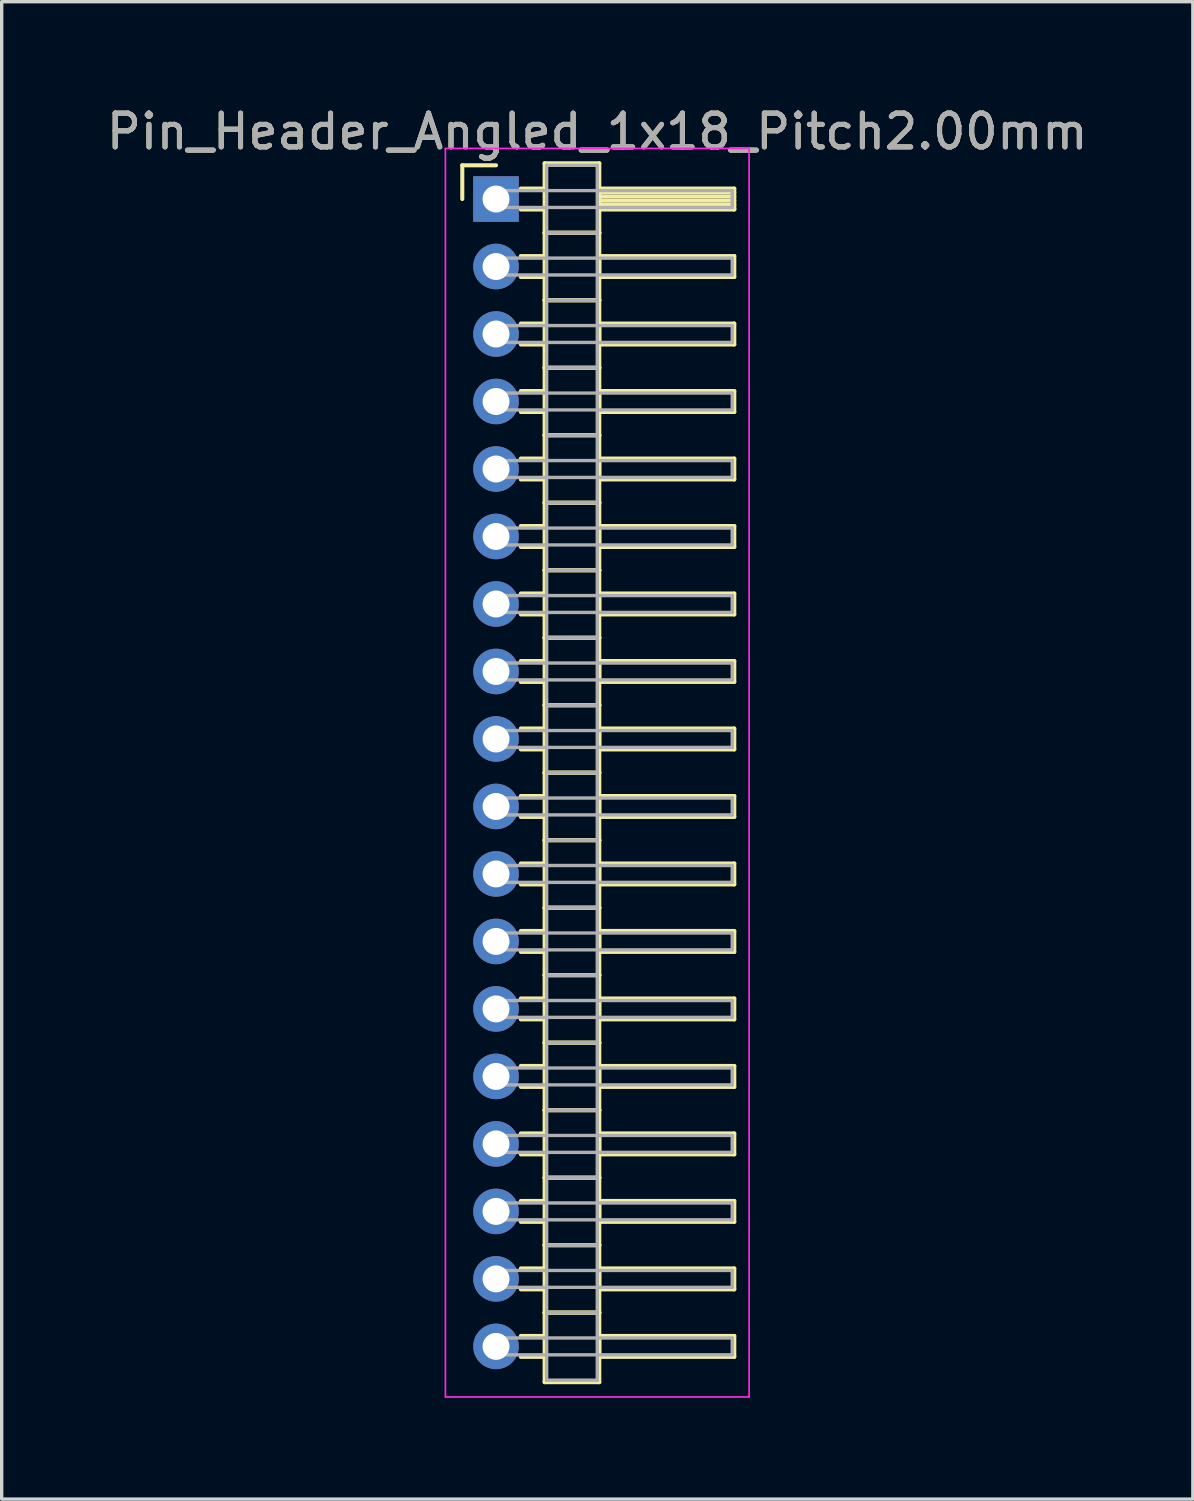
<source format=kicad_pcb>
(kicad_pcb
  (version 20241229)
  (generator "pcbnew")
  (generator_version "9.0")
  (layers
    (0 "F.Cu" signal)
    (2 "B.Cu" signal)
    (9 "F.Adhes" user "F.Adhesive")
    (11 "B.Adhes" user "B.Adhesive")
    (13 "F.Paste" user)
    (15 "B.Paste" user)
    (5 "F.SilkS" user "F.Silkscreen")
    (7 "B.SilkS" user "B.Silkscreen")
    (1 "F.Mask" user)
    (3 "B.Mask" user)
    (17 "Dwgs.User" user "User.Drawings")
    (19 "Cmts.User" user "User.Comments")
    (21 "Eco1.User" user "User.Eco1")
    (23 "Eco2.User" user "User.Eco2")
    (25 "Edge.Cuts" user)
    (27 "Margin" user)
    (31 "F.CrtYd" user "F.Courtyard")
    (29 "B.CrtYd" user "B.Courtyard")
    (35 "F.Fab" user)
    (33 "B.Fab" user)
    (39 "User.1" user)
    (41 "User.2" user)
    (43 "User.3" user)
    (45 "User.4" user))
  (footprint "Pin_Header_Angled_1x18_Pitch2.00mm"
    (layer "F.Cu")
    (at 11.649 2.848)
    (property "Reference" "Pin_Header_Angled_1x18_Pitch2.00mm" (at 3 -2 0) (layer "F.SilkS") (effects (font (size 1 1) (thickness 0.15))))
    (attr through_hole)
    (fp_line (start -1 -1) (end 0 -1) (stroke (width 0.12) (type solid)) (layer "F.SilkS"))
    (fp_line (start -1 0) (end -1 -1) (stroke (width 0.12) (type solid)) (layer "F.SilkS"))
    (fp_line (start 0.735 -0.31) (end 1.44 -0.31) (stroke (width 0.12) (type solid)) (layer "F.SilkS"))
    (fp_line (start 0.735 0.31) (end 1.44 0.31) (stroke (width 0.12) (type solid)) (layer "F.SilkS"))
    (fp_line (start 0.735 1.69) (end 1.44 1.69) (stroke (width 0.12) (type solid)) (layer "F.SilkS"))
    (fp_line (start 0.735 2.31) (end 1.44 2.31) (stroke (width 0.12) (type solid)) (layer "F.SilkS"))
    (fp_line (start 0.735 3.69) (end 1.44 3.69) (stroke (width 0.12) (type solid)) (layer "F.SilkS"))
    (fp_line (start 0.735 4.31) (end 1.44 4.31) (stroke (width 0.12) (type solid)) (layer "F.SilkS"))
    (fp_line (start 0.735 5.69) (end 1.44 5.69) (stroke (width 0.12) (type solid)) (layer "F.SilkS"))
    (fp_line (start 0.735 6.31) (end 1.44 6.31) (stroke (width 0.12) (type solid)) (layer "F.SilkS"))
    (fp_line (start 0.735 7.69) (end 1.44 7.69) (stroke (width 0.12) (type solid)) (layer "F.SilkS"))
    (fp_line (start 0.735 8.31) (end 1.44 8.31) (stroke (width 0.12) (type solid)) (layer "F.SilkS"))
    (fp_line (start 0.735 9.69) (end 1.44 9.69) (stroke (width 0.12) (type solid)) (layer "F.SilkS"))
    (fp_line (start 0.735 10.31) (end 1.44 10.31) (stroke (width 0.12) (type solid)) (layer "F.SilkS"))
    (fp_line (start 0.735 11.69) (end 1.44 11.69) (stroke (width 0.12) (type solid)) (layer "F.SilkS"))
    (fp_line (start 0.735 12.31) (end 1.44 12.31) (stroke (width 0.12) (type solid)) (layer "F.SilkS"))
    (fp_line (start 0.735 13.69) (end 1.44 13.69) (stroke (width 0.12) (type solid)) (layer "F.SilkS"))
    (fp_line (start 0.735 14.31) (end 1.44 14.31) (stroke (width 0.12) (type solid)) (layer "F.SilkS"))
    (fp_line (start 0.735 15.69) (end 1.44 15.69) (stroke (width 0.12) (type solid)) (layer "F.SilkS"))
    (fp_line (start 0.735 16.31) (end 1.44 16.31) (stroke (width 0.12) (type solid)) (layer "F.SilkS"))
    (fp_line (start 0.735 17.69) (end 1.44 17.69) (stroke (width 0.12) (type solid)) (layer "F.SilkS"))
    (fp_line (start 0.735 18.31) (end 1.44 18.31) (stroke (width 0.12) (type solid)) (layer "F.SilkS"))
    (fp_line (start 0.735 19.69) (end 1.44 19.69) (stroke (width 0.12) (type solid)) (layer "F.SilkS"))
    (fp_line (start 0.735 20.31) (end 1.44 20.31) (stroke (width 0.12) (type solid)) (layer "F.SilkS"))
    (fp_line (start 0.735 21.69) (end 1.44 21.69) (stroke (width 0.12) (type solid)) (layer "F.SilkS"))
    (fp_line (start 0.735 22.31) (end 1.44 22.31) (stroke (width 0.12) (type solid)) (layer "F.SilkS"))
    (fp_line (start 0.735 23.69) (end 1.44 23.69) (stroke (width 0.12) (type solid)) (layer "F.SilkS"))
    (fp_line (start 0.735 24.31) (end 1.44 24.31) (stroke (width 0.12) (type solid)) (layer "F.SilkS"))
    (fp_line (start 0.735 25.69) (end 1.44 25.69) (stroke (width 0.12) (type solid)) (layer "F.SilkS"))
    (fp_line (start 0.735 26.31) (end 1.44 26.31) (stroke (width 0.12) (type solid)) (layer "F.SilkS"))
    (fp_line (start 0.735 27.69) (end 1.44 27.69) (stroke (width 0.12) (type solid)) (layer "F.SilkS"))
    (fp_line (start 0.735 28.31) (end 1.44 28.31) (stroke (width 0.12) (type solid)) (layer "F.SilkS"))
    (fp_line (start 0.735 29.69) (end 1.44 29.69) (stroke (width 0.12) (type solid)) (layer "F.SilkS"))
    (fp_line (start 0.735 30.31) (end 1.44 30.31) (stroke (width 0.12) (type solid)) (layer "F.SilkS"))
    (fp_line (start 0.735 31.69) (end 1.44 31.69) (stroke (width 0.12) (type solid)) (layer "F.SilkS"))
    (fp_line (start 0.735 32.31) (end 1.44 32.31) (stroke (width 0.12) (type solid)) (layer "F.SilkS"))
    (fp_line (start 0.735 33.69) (end 1.44 33.69) (stroke (width 0.12) (type solid)) (layer "F.SilkS"))
    (fp_line (start 0.735 34.31) (end 1.44 34.31) (stroke (width 0.12) (type solid)) (layer "F.SilkS"))
    (fp_line (start 1.44 -1.06) (end 1.44 1) (stroke (width 0.12) (type solid)) (layer "F.SilkS"))
    (fp_line (start 1.44 1) (end 1.44 3) (stroke (width 0.12) (type solid)) (layer "F.SilkS"))
    (fp_line (start 1.44 1) (end 3.06 1) (stroke (width 0.12) (type solid)) (layer "F.SilkS"))
    (fp_line (start 1.44 3) (end 1.44 5) (stroke (width 0.12) (type solid)) (layer "F.SilkS"))
    (fp_line (start 1.44 3) (end 3.06 3) (stroke (width 0.12) (type solid)) (layer "F.SilkS"))
    (fp_line (start 1.44 5) (end 1.44 7) (stroke (width 0.12) (type solid)) (layer "F.SilkS"))
    (fp_line (start 1.44 5) (end 3.06 5) (stroke (width 0.12) (type solid)) (layer "F.SilkS"))
    (fp_line (start 1.44 7) (end 1.44 9) (stroke (width 0.12) (type solid)) (layer "F.SilkS"))
    (fp_line (start 1.44 7) (end 3.06 7) (stroke (width 0.12) (type solid)) (layer "F.SilkS"))
    (fp_line (start 1.44 9) (end 1.44 11) (stroke (width 0.12) (type solid)) (layer "F.SilkS"))
    (fp_line (start 1.44 9) (end 3.06 9) (stroke (width 0.12) (type solid)) (layer "F.SilkS"))
    (fp_line (start 1.44 11) (end 1.44 13) (stroke (width 0.12) (type solid)) (layer "F.SilkS"))
    (fp_line (start 1.44 11) (end 3.06 11) (stroke (width 0.12) (type solid)) (layer "F.SilkS"))
    (fp_line (start 1.44 13) (end 1.44 15) (stroke (width 0.12) (type solid)) (layer "F.SilkS"))
    (fp_line (start 1.44 13) (end 3.06 13) (stroke (width 0.12) (type solid)) (layer "F.SilkS"))
    (fp_line (start 1.44 15) (end 1.44 17) (stroke (width 0.12) (type solid)) (layer "F.SilkS"))
    (fp_line (start 1.44 15) (end 3.06 15) (stroke (width 0.12) (type solid)) (layer "F.SilkS"))
    (fp_line (start 1.44 17) (end 1.44 19) (stroke (width 0.12) (type solid)) (layer "F.SilkS"))
    (fp_line (start 1.44 17) (end 3.06 17) (stroke (width 0.12) (type solid)) (layer "F.SilkS"))
    (fp_line (start 1.44 19) (end 1.44 21) (stroke (width 0.12) (type solid)) (layer "F.SilkS"))
    (fp_line (start 1.44 19) (end 3.06 19) (stroke (width 0.12) (type solid)) (layer "F.SilkS"))
    (fp_line (start 1.44 21) (end 1.44 23) (stroke (width 0.12) (type solid)) (layer "F.SilkS"))
    (fp_line (start 1.44 21) (end 3.06 21) (stroke (width 0.12) (type solid)) (layer "F.SilkS"))
    (fp_line (start 1.44 23) (end 1.44 25) (stroke (width 0.12) (type solid)) (layer "F.SilkS"))
    (fp_line (start 1.44 23) (end 3.06 23) (stroke (width 0.12) (type solid)) (layer "F.SilkS"))
    (fp_line (start 1.44 25) (end 1.44 27) (stroke (width 0.12) (type solid)) (layer "F.SilkS"))
    (fp_line (start 1.44 25) (end 3.06 25) (stroke (width 0.12) (type solid)) (layer "F.SilkS"))
    (fp_line (start 1.44 27) (end 1.44 29) (stroke (width 0.12) (type solid)) (layer "F.SilkS"))
    (fp_line (start 1.44 27) (end 3.06 27) (stroke (width 0.12) (type solid)) (layer "F.SilkS"))
    (fp_line (start 1.44 29) (end 1.44 31) (stroke (width 0.12) (type solid)) (layer "F.SilkS"))
    (fp_line (start 1.44 29) (end 3.06 29) (stroke (width 0.12) (type solid)) (layer "F.SilkS"))
    (fp_line (start 1.44 31) (end 1.44 33) (stroke (width 0.12) (type solid)) (layer "F.SilkS"))
    (fp_line (start 1.44 31) (end 3.06 31) (stroke (width 0.12) (type solid)) (layer "F.SilkS"))
    (fp_line (start 1.44 33) (end 1.44 35.06) (stroke (width 0.12) (type solid)) (layer "F.SilkS"))
    (fp_line (start 1.44 33) (end 3.06 33) (stroke (width 0.12) (type solid)) (layer "F.SilkS"))
    (fp_line (start 1.44 35.06) (end 3.06 35.06) (stroke (width 0.12) (type solid)) (layer "F.SilkS"))
    (fp_line (start 3.06 -1.06) (end 1.44 -1.06) (stroke (width 0.12) (type solid)) (layer "F.SilkS"))
    (fp_line (start 3.06 -0.31) (end 3.06 0.31) (stroke (width 0.12) (type solid)) (layer "F.SilkS"))
    (fp_line (start 3.06 -0.19) (end 7.06 -0.19) (stroke (width 0.12) (type solid)) (layer "F.SilkS"))
    (fp_line (start 3.06 -0.07) (end 7.06 -0.07) (stroke (width 0.12) (type solid)) (layer "F.SilkS"))
    (fp_line (start 3.06 0.05) (end 7.06 0.05) (stroke (width 0.12) (type solid)) (layer "F.SilkS"))
    (fp_line (start 3.06 0.17) (end 7.06 0.17) (stroke (width 0.12) (type solid)) (layer "F.SilkS"))
    (fp_line (start 3.06 0.29) (end 7.06 0.29) (stroke (width 0.12) (type solid)) (layer "F.SilkS"))
    (fp_line (start 3.06 0.31) (end 7.06 0.31) (stroke (width 0.12) (type solid)) (layer "F.SilkS"))
    (fp_line (start 3.06 1) (end 1.44 1) (stroke (width 0.12) (type solid)) (layer "F.SilkS"))
    (fp_line (start 3.06 1) (end 3.06 -1.06) (stroke (width 0.12) (type solid)) (layer "F.SilkS"))
    (fp_line (start 3.06 1.69) (end 3.06 2.31) (stroke (width 0.12) (type solid)) (layer "F.SilkS"))
    (fp_line (start 3.06 2.31) (end 7.06 2.31) (stroke (width 0.12) (type solid)) (layer "F.SilkS"))
    (fp_line (start 3.06 3) (end 1.44 3) (stroke (width 0.12) (type solid)) (layer "F.SilkS"))
    (fp_line (start 3.06 3) (end 3.06 1) (stroke (width 0.12) (type solid)) (layer "F.SilkS"))
    (fp_line (start 3.06 3.69) (end 3.06 4.31) (stroke (width 0.12) (type solid)) (layer "F.SilkS"))
    (fp_line (start 3.06 4.31) (end 7.06 4.31) (stroke (width 0.12) (type solid)) (layer "F.SilkS"))
    (fp_line (start 3.06 5) (end 1.44 5) (stroke (width 0.12) (type solid)) (layer "F.SilkS"))
    (fp_line (start 3.06 5) (end 3.06 3) (stroke (width 0.12) (type solid)) (layer "F.SilkS"))
    (fp_line (start 3.06 5.69) (end 3.06 6.31) (stroke (width 0.12) (type solid)) (layer "F.SilkS"))
    (fp_line (start 3.06 6.31) (end 7.06 6.31) (stroke (width 0.12) (type solid)) (layer "F.SilkS"))
    (fp_line (start 3.06 7) (end 1.44 7) (stroke (width 0.12) (type solid)) (layer "F.SilkS"))
    (fp_line (start 3.06 7) (end 3.06 5) (stroke (width 0.12) (type solid)) (layer "F.SilkS"))
    (fp_line (start 3.06 7.69) (end 3.06 8.31) (stroke (width 0.12) (type solid)) (layer "F.SilkS"))
    (fp_line (start 3.06 8.31) (end 7.06 8.31) (stroke (width 0.12) (type solid)) (layer "F.SilkS"))
    (fp_line (start 3.06 9) (end 1.44 9) (stroke (width 0.12) (type solid)) (layer "F.SilkS"))
    (fp_line (start 3.06 9) (end 3.06 7) (stroke (width 0.12) (type solid)) (layer "F.SilkS"))
    (fp_line (start 3.06 9.69) (end 3.06 10.31) (stroke (width 0.12) (type solid)) (layer "F.SilkS"))
    (fp_line (start 3.06 10.31) (end 7.06 10.31) (stroke (width 0.12) (type solid)) (layer "F.SilkS"))
    (fp_line (start 3.06 11) (end 1.44 11) (stroke (width 0.12) (type solid)) (layer "F.SilkS"))
    (fp_line (start 3.06 11) (end 3.06 9) (stroke (width 0.12) (type solid)) (layer "F.SilkS"))
    (fp_line (start 3.06 11.69) (end 3.06 12.31) (stroke (width 0.12) (type solid)) (layer "F.SilkS"))
    (fp_line (start 3.06 12.31) (end 7.06 12.31) (stroke (width 0.12) (type solid)) (layer "F.SilkS"))
    (fp_line (start 3.06 13) (end 1.44 13) (stroke (width 0.12) (type solid)) (layer "F.SilkS"))
    (fp_line (start 3.06 13) (end 3.06 11) (stroke (width 0.12) (type solid)) (layer "F.SilkS"))
    (fp_line (start 3.06 13.69) (end 3.06 14.31) (stroke (width 0.12) (type solid)) (layer "F.SilkS"))
    (fp_line (start 3.06 14.31) (end 7.06 14.31) (stroke (width 0.12) (type solid)) (layer "F.SilkS"))
    (fp_line (start 3.06 15) (end 1.44 15) (stroke (width 0.12) (type solid)) (layer "F.SilkS"))
    (fp_line (start 3.06 15) (end 3.06 13) (stroke (width 0.12) (type solid)) (layer "F.SilkS"))
    (fp_line (start 3.06 15.69) (end 3.06 16.31) (stroke (width 0.12) (type solid)) (layer "F.SilkS"))
    (fp_line (start 3.06 16.31) (end 7.06 16.31) (stroke (width 0.12) (type solid)) (layer "F.SilkS"))
    (fp_line (start 3.06 17) (end 1.44 17) (stroke (width 0.12) (type solid)) (layer "F.SilkS"))
    (fp_line (start 3.06 17) (end 3.06 15) (stroke (width 0.12) (type solid)) (layer "F.SilkS"))
    (fp_line (start 3.06 17.69) (end 3.06 18.31) (stroke (width 0.12) (type solid)) (layer "F.SilkS"))
    (fp_line (start 3.06 18.31) (end 7.06 18.31) (stroke (width 0.12) (type solid)) (layer "F.SilkS"))
    (fp_line (start 3.06 19) (end 1.44 19) (stroke (width 0.12) (type solid)) (layer "F.SilkS"))
    (fp_line (start 3.06 19) (end 3.06 17) (stroke (width 0.12) (type solid)) (layer "F.SilkS"))
    (fp_line (start 3.06 19.69) (end 3.06 20.31) (stroke (width 0.12) (type solid)) (layer "F.SilkS"))
    (fp_line (start 3.06 20.31) (end 7.06 20.31) (stroke (width 0.12) (type solid)) (layer "F.SilkS"))
    (fp_line (start 3.06 21) (end 1.44 21) (stroke (width 0.12) (type solid)) (layer "F.SilkS"))
    (fp_line (start 3.06 21) (end 3.06 19) (stroke (width 0.12) (type solid)) (layer "F.SilkS"))
    (fp_line (start 3.06 21.69) (end 3.06 22.31) (stroke (width 0.12) (type solid)) (layer "F.SilkS"))
    (fp_line (start 3.06 22.31) (end 7.06 22.31) (stroke (width 0.12) (type solid)) (layer "F.SilkS"))
    (fp_line (start 3.06 23) (end 1.44 23) (stroke (width 0.12) (type solid)) (layer "F.SilkS"))
    (fp_line (start 3.06 23) (end 3.06 21) (stroke (width 0.12) (type solid)) (layer "F.SilkS"))
    (fp_line (start 3.06 23.69) (end 3.06 24.31) (stroke (width 0.12) (type solid)) (layer "F.SilkS"))
    (fp_line (start 3.06 24.31) (end 7.06 24.31) (stroke (width 0.12) (type solid)) (layer "F.SilkS"))
    (fp_line (start 3.06 25) (end 1.44 25) (stroke (width 0.12) (type solid)) (layer "F.SilkS"))
    (fp_line (start 3.06 25) (end 3.06 23) (stroke (width 0.12) (type solid)) (layer "F.SilkS"))
    (fp_line (start 3.06 25.69) (end 3.06 26.31) (stroke (width 0.12) (type solid)) (layer "F.SilkS"))
    (fp_line (start 3.06 26.31) (end 7.06 26.31) (stroke (width 0.12) (type solid)) (layer "F.SilkS"))
    (fp_line (start 3.06 27) (end 1.44 27) (stroke (width 0.12) (type solid)) (layer "F.SilkS"))
    (fp_line (start 3.06 27) (end 3.06 25) (stroke (width 0.12) (type solid)) (layer "F.SilkS"))
    (fp_line (start 3.06 27.69) (end 3.06 28.31) (stroke (width 0.12) (type solid)) (layer "F.SilkS"))
    (fp_line (start 3.06 28.31) (end 7.06 28.31) (stroke (width 0.12) (type solid)) (layer "F.SilkS"))
    (fp_line (start 3.06 29) (end 1.44 29) (stroke (width 0.12) (type solid)) (layer "F.SilkS"))
    (fp_line (start 3.06 29) (end 3.06 27) (stroke (width 0.12) (type solid)) (layer "F.SilkS"))
    (fp_line (start 3.06 29.69) (end 3.06 30.31) (stroke (width 0.12) (type solid)) (layer "F.SilkS"))
    (fp_line (start 3.06 30.31) (end 7.06 30.31) (stroke (width 0.12) (type solid)) (layer "F.SilkS"))
    (fp_line (start 3.06 31) (end 1.44 31) (stroke (width 0.12) (type solid)) (layer "F.SilkS"))
    (fp_line (start 3.06 31) (end 3.06 29) (stroke (width 0.12) (type solid)) (layer "F.SilkS"))
    (fp_line (start 3.06 31.69) (end 3.06 32.31) (stroke (width 0.12) (type solid)) (layer "F.SilkS"))
    (fp_line (start 3.06 32.31) (end 7.06 32.31) (stroke (width 0.12) (type solid)) (layer "F.SilkS"))
    (fp_line (start 3.06 33) (end 1.44 33) (stroke (width 0.12) (type solid)) (layer "F.SilkS"))
    (fp_line (start 3.06 33) (end 3.06 31) (stroke (width 0.12) (type solid)) (layer "F.SilkS"))
    (fp_line (start 3.06 33.69) (end 3.06 34.31) (stroke (width 0.12) (type solid)) (layer "F.SilkS"))
    (fp_line (start 3.06 34.31) (end 7.06 34.31) (stroke (width 0.12) (type solid)) (layer "F.SilkS"))
    (fp_line (start 3.06 35.06) (end 3.06 33) (stroke (width 0.12) (type solid)) (layer "F.SilkS"))
    (fp_line (start 7.06 -0.31) (end 3.06 -0.31) (stroke (width 0.12) (type solid)) (layer "F.SilkS"))
    (fp_line (start 7.06 0.31) (end 7.06 -0.31) (stroke (width 0.12) (type solid)) (layer "F.SilkS"))
    (fp_line (start 7.06 1.69) (end 3.06 1.69) (stroke (width 0.12) (type solid)) (layer "F.SilkS"))
    (fp_line (start 7.06 2.31) (end 7.06 1.69) (stroke (width 0.12) (type solid)) (layer "F.SilkS"))
    (fp_line (start 7.06 3.69) (end 3.06 3.69) (stroke (width 0.12) (type solid)) (layer "F.SilkS"))
    (fp_line (start 7.06 4.31) (end 7.06 3.69) (stroke (width 0.12) (type solid)) (layer "F.SilkS"))
    (fp_line (start 7.06 5.69) (end 3.06 5.69) (stroke (width 0.12) (type solid)) (layer "F.SilkS"))
    (fp_line (start 7.06 6.31) (end 7.06 5.69) (stroke (width 0.12) (type solid)) (layer "F.SilkS"))
    (fp_line (start 7.06 7.69) (end 3.06 7.69) (stroke (width 0.12) (type solid)) (layer "F.SilkS"))
    (fp_line (start 7.06 8.31) (end 7.06 7.69) (stroke (width 0.12) (type solid)) (layer "F.SilkS"))
    (fp_line (start 7.06 9.69) (end 3.06 9.69) (stroke (width 0.12) (type solid)) (layer "F.SilkS"))
    (fp_line (start 7.06 10.31) (end 7.06 9.69) (stroke (width 0.12) (type solid)) (layer "F.SilkS"))
    (fp_line (start 7.06 11.69) (end 3.06 11.69) (stroke (width 0.12) (type solid)) (layer "F.SilkS"))
    (fp_line (start 7.06 12.31) (end 7.06 11.69) (stroke (width 0.12) (type solid)) (layer "F.SilkS"))
    (fp_line (start 7.06 13.69) (end 3.06 13.69) (stroke (width 0.12) (type solid)) (layer "F.SilkS"))
    (fp_line (start 7.06 14.31) (end 7.06 13.69) (stroke (width 0.12) (type solid)) (layer "F.SilkS"))
    (fp_line (start 7.06 15.69) (end 3.06 15.69) (stroke (width 0.12) (type solid)) (layer "F.SilkS"))
    (fp_line (start 7.06 16.31) (end 7.06 15.69) (stroke (width 0.12) (type solid)) (layer "F.SilkS"))
    (fp_line (start 7.06 17.69) (end 3.06 17.69) (stroke (width 0.12) (type solid)) (layer "F.SilkS"))
    (fp_line (start 7.06 18.31) (end 7.06 17.69) (stroke (width 0.12) (type solid)) (layer "F.SilkS"))
    (fp_line (start 7.06 19.69) (end 3.06 19.69) (stroke (width 0.12) (type solid)) (layer "F.SilkS"))
    (fp_line (start 7.06 20.31) (end 7.06 19.69) (stroke (width 0.12) (type solid)) (layer "F.SilkS"))
    (fp_line (start 7.06 21.69) (end 3.06 21.69) (stroke (width 0.12) (type solid)) (layer "F.SilkS"))
    (fp_line (start 7.06 22.31) (end 7.06 21.69) (stroke (width 0.12) (type solid)) (layer "F.SilkS"))
    (fp_line (start 7.06 23.69) (end 3.06 23.69) (stroke (width 0.12) (type solid)) (layer "F.SilkS"))
    (fp_line (start 7.06 24.31) (end 7.06 23.69) (stroke (width 0.12) (type solid)) (layer "F.SilkS"))
    (fp_line (start 7.06 25.69) (end 3.06 25.69) (stroke (width 0.12) (type solid)) (layer "F.SilkS"))
    (fp_line (start 7.06 26.31) (end 7.06 25.69) (stroke (width 0.12) (type solid)) (layer "F.SilkS"))
    (fp_line (start 7.06 27.69) (end 3.06 27.69) (stroke (width 0.12) (type solid)) (layer "F.SilkS"))
    (fp_line (start 7.06 28.31) (end 7.06 27.69) (stroke (width 0.12) (type solid)) (layer "F.SilkS"))
    (fp_line (start 7.06 29.69) (end 3.06 29.69) (stroke (width 0.12) (type solid)) (layer "F.SilkS"))
    (fp_line (start 7.06 30.31) (end 7.06 29.69) (stroke (width 0.12) (type solid)) (layer "F.SilkS"))
    (fp_line (start 7.06 31.69) (end 3.06 31.69) (stroke (width 0.12) (type solid)) (layer "F.SilkS"))
    (fp_line (start 7.06 32.31) (end 7.06 31.69) (stroke (width 0.12) (type solid)) (layer "F.SilkS"))
    (fp_line (start 7.06 33.69) (end 3.06 33.69) (stroke (width 0.12) (type solid)) (layer "F.SilkS"))
    (fp_line (start 7.06 34.31) (end 7.06 33.69) (stroke (width 0.12) (type solid)) (layer "F.SilkS"))
    (fp_line (start -1.5 -1.5) (end -1.5 35.5) (stroke (width 0.05) (type solid)) (layer "F.CrtYd"))
    (fp_line (start -1.5 35.5) (end 7.5 35.5) (stroke (width 0.05) (type solid)) (layer "F.CrtYd"))
    (fp_line (start 7.5 -1.5) (end -1.5 -1.5) (stroke (width 0.05) (type solid)) (layer "F.CrtYd"))
    (fp_line (start 7.5 35.5) (end 7.5 -1.5) (stroke (width 0.05) (type solid)) (layer "F.CrtYd"))
    (fp_line (start 0 -0.25) (end 0 0.25) (stroke (width 0.1) (type solid)) (layer "F.Fab"))
    (fp_line (start 0 0.25) (end 7 0.25) (stroke (width 0.1) (type solid)) (layer "F.Fab"))
    (fp_line (start 0 1.75) (end 0 2.25) (stroke (width 0.1) (type solid)) (layer "F.Fab"))
    (fp_line (start 0 2.25) (end 7 2.25) (stroke (width 0.1) (type solid)) (layer "F.Fab"))
    (fp_line (start 0 3.75) (end 0 4.25) (stroke (width 0.1) (type solid)) (layer "F.Fab"))
    (fp_line (start 0 4.25) (end 7 4.25) (stroke (width 0.1) (type solid)) (layer "F.Fab"))
    (fp_line (start 0 5.75) (end 0 6.25) (stroke (width 0.1) (type solid)) (layer "F.Fab"))
    (fp_line (start 0 6.25) (end 7 6.25) (stroke (width 0.1) (type solid)) (layer "F.Fab"))
    (fp_line (start 0 7.75) (end 0 8.25) (stroke (width 0.1) (type solid)) (layer "F.Fab"))
    (fp_line (start 0 8.25) (end 7 8.25) (stroke (width 0.1) (type solid)) (layer "F.Fab"))
    (fp_line (start 0 9.75) (end 0 10.25) (stroke (width 0.1) (type solid)) (layer "F.Fab"))
    (fp_line (start 0 10.25) (end 7 10.25) (stroke (width 0.1) (type solid)) (layer "F.Fab"))
    (fp_line (start 0 11.75) (end 0 12.25) (stroke (width 0.1) (type solid)) (layer "F.Fab"))
    (fp_line (start 0 12.25) (end 7 12.25) (stroke (width 0.1) (type solid)) (layer "F.Fab"))
    (fp_line (start 0 13.75) (end 0 14.25) (stroke (width 0.1) (type solid)) (layer "F.Fab"))
    (fp_line (start 0 14.25) (end 7 14.25) (stroke (width 0.1) (type solid)) (layer "F.Fab"))
    (fp_line (start 0 15.75) (end 0 16.25) (stroke (width 0.1) (type solid)) (layer "F.Fab"))
    (fp_line (start 0 16.25) (end 7 16.25) (stroke (width 0.1) (type solid)) (layer "F.Fab"))
    (fp_line (start 0 17.75) (end 0 18.25) (stroke (width 0.1) (type solid)) (layer "F.Fab"))
    (fp_line (start 0 18.25) (end 7 18.25) (stroke (width 0.1) (type solid)) (layer "F.Fab"))
    (fp_line (start 0 19.75) (end 0 20.25) (stroke (width 0.1) (type solid)) (layer "F.Fab"))
    (fp_line (start 0 20.25) (end 7 20.25) (stroke (width 0.1) (type solid)) (layer "F.Fab"))
    (fp_line (start 0 21.75) (end 0 22.25) (stroke (width 0.1) (type solid)) (layer "F.Fab"))
    (fp_line (start 0 22.25) (end 7 22.25) (stroke (width 0.1) (type solid)) (layer "F.Fab"))
    (fp_line (start 0 23.75) (end 0 24.25) (stroke (width 0.1) (type solid)) (layer "F.Fab"))
    (fp_line (start 0 24.25) (end 7 24.25) (stroke (width 0.1) (type solid)) (layer "F.Fab"))
    (fp_line (start 0 25.75) (end 0 26.25) (stroke (width 0.1) (type solid)) (layer "F.Fab"))
    (fp_line (start 0 26.25) (end 7 26.25) (stroke (width 0.1) (type solid)) (layer "F.Fab"))
    (fp_line (start 0 27.75) (end 0 28.25) (stroke (width 0.1) (type solid)) (layer "F.Fab"))
    (fp_line (start 0 28.25) (end 7 28.25) (stroke (width 0.1) (type solid)) (layer "F.Fab"))
    (fp_line (start 0 29.75) (end 0 30.25) (stroke (width 0.1) (type solid)) (layer "F.Fab"))
    (fp_line (start 0 30.25) (end 7 30.25) (stroke (width 0.1) (type solid)) (layer "F.Fab"))
    (fp_line (start 0 31.75) (end 0 32.25) (stroke (width 0.1) (type solid)) (layer "F.Fab"))
    (fp_line (start 0 32.25) (end 7 32.25) (stroke (width 0.1) (type solid)) (layer "F.Fab"))
    (fp_line (start 0 33.75) (end 0 34.25) (stroke (width 0.1) (type solid)) (layer "F.Fab"))
    (fp_line (start 0 34.25) (end 7 34.25) (stroke (width 0.1) (type solid)) (layer "F.Fab"))
    (fp_line (start 1.5 -1) (end 1.5 1) (stroke (width 0.1) (type solid)) (layer "F.Fab"))
    (fp_line (start 1.5 1) (end 1.5 3) (stroke (width 0.1) (type solid)) (layer "F.Fab"))
    (fp_line (start 1.5 1) (end 3 1) (stroke (width 0.1) (type solid)) (layer "F.Fab"))
    (fp_line (start 1.5 3) (end 1.5 5) (stroke (width 0.1) (type solid)) (layer "F.Fab"))
    (fp_line (start 1.5 3) (end 3 3) (stroke (width 0.1) (type solid)) (layer "F.Fab"))
    (fp_line (start 1.5 5) (end 1.5 7) (stroke (width 0.1) (type solid)) (layer "F.Fab"))
    (fp_line (start 1.5 5) (end 3 5) (stroke (width 0.1) (type solid)) (layer "F.Fab"))
    (fp_line (start 1.5 7) (end 1.5 9) (stroke (width 0.1) (type solid)) (layer "F.Fab"))
    (fp_line (start 1.5 7) (end 3 7) (stroke (width 0.1) (type solid)) (layer "F.Fab"))
    (fp_line (start 1.5 9) (end 1.5 11) (stroke (width 0.1) (type solid)) (layer "F.Fab"))
    (fp_line (start 1.5 9) (end 3 9) (stroke (width 0.1) (type solid)) (layer "F.Fab"))
    (fp_line (start 1.5 11) (end 1.5 13) (stroke (width 0.1) (type solid)) (layer "F.Fab"))
    (fp_line (start 1.5 11) (end 3 11) (stroke (width 0.1) (type solid)) (layer "F.Fab"))
    (fp_line (start 1.5 13) (end 1.5 15) (stroke (width 0.1) (type solid)) (layer "F.Fab"))
    (fp_line (start 1.5 13) (end 3 13) (stroke (width 0.1) (type solid)) (layer "F.Fab"))
    (fp_line (start 1.5 15) (end 1.5 17) (stroke (width 0.1) (type solid)) (layer "F.Fab"))
    (fp_line (start 1.5 15) (end 3 15) (stroke (width 0.1) (type solid)) (layer "F.Fab"))
    (fp_line (start 1.5 17) (end 1.5 19) (stroke (width 0.1) (type solid)) (layer "F.Fab"))
    (fp_line (start 1.5 17) (end 3 17) (stroke (width 0.1) (type solid)) (layer "F.Fab"))
    (fp_line (start 1.5 19) (end 1.5 21) (stroke (width 0.1) (type solid)) (layer "F.Fab"))
    (fp_line (start 1.5 19) (end 3 19) (stroke (width 0.1) (type solid)) (layer "F.Fab"))
    (fp_line (start 1.5 21) (end 1.5 23) (stroke (width 0.1) (type solid)) (layer "F.Fab"))
    (fp_line (start 1.5 21) (end 3 21) (stroke (width 0.1) (type solid)) (layer "F.Fab"))
    (fp_line (start 1.5 23) (end 1.5 25) (stroke (width 0.1) (type solid)) (layer "F.Fab"))
    (fp_line (start 1.5 23) (end 3 23) (stroke (width 0.1) (type solid)) (layer "F.Fab"))
    (fp_line (start 1.5 25) (end 1.5 27) (stroke (width 0.1) (type solid)) (layer "F.Fab"))
    (fp_line (start 1.5 25) (end 3 25) (stroke (width 0.1) (type solid)) (layer "F.Fab"))
    (fp_line (start 1.5 27) (end 1.5 29) (stroke (width 0.1) (type solid)) (layer "F.Fab"))
    (fp_line (start 1.5 27) (end 3 27) (stroke (width 0.1) (type solid)) (layer "F.Fab"))
    (fp_line (start 1.5 29) (end 1.5 31) (stroke (width 0.1) (type solid)) (layer "F.Fab"))
    (fp_line (start 1.5 29) (end 3 29) (stroke (width 0.1) (type solid)) (layer "F.Fab"))
    (fp_line (start 1.5 31) (end 1.5 33) (stroke (width 0.1) (type solid)) (layer "F.Fab"))
    (fp_line (start 1.5 31) (end 3 31) (stroke (width 0.1) (type solid)) (layer "F.Fab"))
    (fp_line (start 1.5 33) (end 1.5 35) (stroke (width 0.1) (type solid)) (layer "F.Fab"))
    (fp_line (start 1.5 33) (end 3 33) (stroke (width 0.1) (type solid)) (layer "F.Fab"))
    (fp_line (start 1.5 35) (end 3 35) (stroke (width 0.1) (type solid)) (layer "F.Fab"))
    (fp_line (start 3 -1) (end 1.5 -1) (stroke (width 0.1) (type solid)) (layer "F.Fab"))
    (fp_line (start 3 1) (end 1.5 1) (stroke (width 0.1) (type solid)) (layer "F.Fab"))
    (fp_line (start 3 1) (end 3 -1) (stroke (width 0.1) (type solid)) (layer "F.Fab"))
    (fp_line (start 3 3) (end 1.5 3) (stroke (width 0.1) (type solid)) (layer "F.Fab"))
    (fp_line (start 3 3) (end 3 1) (stroke (width 0.1) (type solid)) (layer "F.Fab"))
    (fp_line (start 3 5) (end 1.5 5) (stroke (width 0.1) (type solid)) (layer "F.Fab"))
    (fp_line (start 3 5) (end 3 3) (stroke (width 0.1) (type solid)) (layer "F.Fab"))
    (fp_line (start 3 7) (end 1.5 7) (stroke (width 0.1) (type solid)) (layer "F.Fab"))
    (fp_line (start 3 7) (end 3 5) (stroke (width 0.1) (type solid)) (layer "F.Fab"))
    (fp_line (start 3 9) (end 1.5 9) (stroke (width 0.1) (type solid)) (layer "F.Fab"))
    (fp_line (start 3 9) (end 3 7) (stroke (width 0.1) (type solid)) (layer "F.Fab"))
    (fp_line (start 3 11) (end 1.5 11) (stroke (width 0.1) (type solid)) (layer "F.Fab"))
    (fp_line (start 3 11) (end 3 9) (stroke (width 0.1) (type solid)) (layer "F.Fab"))
    (fp_line (start 3 13) (end 1.5 13) (stroke (width 0.1) (type solid)) (layer "F.Fab"))
    (fp_line (start 3 13) (end 3 11) (stroke (width 0.1) (type solid)) (layer "F.Fab"))
    (fp_line (start 3 15) (end 1.5 15) (stroke (width 0.1) (type solid)) (layer "F.Fab"))
    (fp_line (start 3 15) (end 3 13) (stroke (width 0.1) (type solid)) (layer "F.Fab"))
    (fp_line (start 3 17) (end 1.5 17) (stroke (width 0.1) (type solid)) (layer "F.Fab"))
    (fp_line (start 3 17) (end 3 15) (stroke (width 0.1) (type solid)) (layer "F.Fab"))
    (fp_line (start 3 19) (end 1.5 19) (stroke (width 0.1) (type solid)) (layer "F.Fab"))
    (fp_line (start 3 19) (end 3 17) (stroke (width 0.1) (type solid)) (layer "F.Fab"))
    (fp_line (start 3 21) (end 1.5 21) (stroke (width 0.1) (type solid)) (layer "F.Fab"))
    (fp_line (start 3 21) (end 3 19) (stroke (width 0.1) (type solid)) (layer "F.Fab"))
    (fp_line (start 3 23) (end 1.5 23) (stroke (width 0.1) (type solid)) (layer "F.Fab"))
    (fp_line (start 3 23) (end 3 21) (stroke (width 0.1) (type solid)) (layer "F.Fab"))
    (fp_line (start 3 25) (end 1.5 25) (stroke (width 0.1) (type solid)) (layer "F.Fab"))
    (fp_line (start 3 25) (end 3 23) (stroke (width 0.1) (type solid)) (layer "F.Fab"))
    (fp_line (start 3 27) (end 1.5 27) (stroke (width 0.1) (type solid)) (layer "F.Fab"))
    (fp_line (start 3 27) (end 3 25) (stroke (width 0.1) (type solid)) (layer "F.Fab"))
    (fp_line (start 3 29) (end 1.5 29) (stroke (width 0.1) (type solid)) (layer "F.Fab"))
    (fp_line (start 3 29) (end 3 27) (stroke (width 0.1) (type solid)) (layer "F.Fab"))
    (fp_line (start 3 31) (end 1.5 31) (stroke (width 0.1) (type solid)) (layer "F.Fab"))
    (fp_line (start 3 31) (end 3 29) (stroke (width 0.1) (type solid)) (layer "F.Fab"))
    (fp_line (start 3 33) (end 1.5 33) (stroke (width 0.1) (type solid)) (layer "F.Fab"))
    (fp_line (start 3 33) (end 3 31) (stroke (width 0.1) (type solid)) (layer "F.Fab"))
    (fp_line (start 3 35) (end 3 33) (stroke (width 0.1) (type solid)) (layer "F.Fab"))
    (fp_line (start 7 -0.25) (end 0 -0.25) (stroke (width 0.1) (type solid)) (layer "F.Fab"))
    (fp_line (start 7 0.25) (end 7 -0.25) (stroke (width 0.1) (type solid)) (layer "F.Fab"))
    (fp_line (start 7 1.75) (end 0 1.75) (stroke (width 0.1) (type solid)) (layer "F.Fab"))
    (fp_line (start 7 2.25) (end 7 1.75) (stroke (width 0.1) (type solid)) (layer "F.Fab"))
    (fp_line (start 7 3.75) (end 0 3.75) (stroke (width 0.1) (type solid)) (layer "F.Fab"))
    (fp_line (start 7 4.25) (end 7 3.75) (stroke (width 0.1) (type solid)) (layer "F.Fab"))
    (fp_line (start 7 5.75) (end 0 5.75) (stroke (width 0.1) (type solid)) (layer "F.Fab"))
    (fp_line (start 7 6.25) (end 7 5.75) (stroke (width 0.1) (type solid)) (layer "F.Fab"))
    (fp_line (start 7 7.75) (end 0 7.75) (stroke (width 0.1) (type solid)) (layer "F.Fab"))
    (fp_line (start 7 8.25) (end 7 7.75) (stroke (width 0.1) (type solid)) (layer "F.Fab"))
    (fp_line (start 7 9.75) (end 0 9.75) (stroke (width 0.1) (type solid)) (layer "F.Fab"))
    (fp_line (start 7 10.25) (end 7 9.75) (stroke (width 0.1) (type solid)) (layer "F.Fab"))
    (fp_line (start 7 11.75) (end 0 11.75) (stroke (width 0.1) (type solid)) (layer "F.Fab"))
    (fp_line (start 7 12.25) (end 7 11.75) (stroke (width 0.1) (type solid)) (layer "F.Fab"))
    (fp_line (start 7 13.75) (end 0 13.75) (stroke (width 0.1) (type solid)) (layer "F.Fab"))
    (fp_line (start 7 14.25) (end 7 13.75) (stroke (width 0.1) (type solid)) (layer "F.Fab"))
    (fp_line (start 7 15.75) (end 0 15.75) (stroke (width 0.1) (type solid)) (layer "F.Fab"))
    (fp_line (start 7 16.25) (end 7 15.75) (stroke (width 0.1) (type solid)) (layer "F.Fab"))
    (fp_line (start 7 17.75) (end 0 17.75) (stroke (width 0.1) (type solid)) (layer "F.Fab"))
    (fp_line (start 7 18.25) (end 7 17.75) (stroke (width 0.1) (type solid)) (layer "F.Fab"))
    (fp_line (start 7 19.75) (end 0 19.75) (stroke (width 0.1) (type solid)) (layer "F.Fab"))
    (fp_line (start 7 20.25) (end 7 19.75) (stroke (width 0.1) (type solid)) (layer "F.Fab"))
    (fp_line (start 7 21.75) (end 0 21.75) (stroke (width 0.1) (type solid)) (layer "F.Fab"))
    (fp_line (start 7 22.25) (end 7 21.75) (stroke (width 0.1) (type solid)) (layer "F.Fab"))
    (fp_line (start 7 23.75) (end 0 23.75) (stroke (width 0.1) (type solid)) (layer "F.Fab"))
    (fp_line (start 7 24.25) (end 7 23.75) (stroke (width 0.1) (type solid)) (layer "F.Fab"))
    (fp_line (start 7 25.75) (end 0 25.75) (stroke (width 0.1) (type solid)) (layer "F.Fab"))
    (fp_line (start 7 26.25) (end 7 25.75) (stroke (width 0.1) (type solid)) (layer "F.Fab"))
    (fp_line (start 7 27.75) (end 0 27.75) (stroke (width 0.1) (type solid)) (layer "F.Fab"))
    (fp_line (start 7 28.25) (end 7 27.75) (stroke (width 0.1) (type solid)) (layer "F.Fab"))
    (fp_line (start 7 29.75) (end 0 29.75) (stroke (width 0.1) (type solid)) (layer "F.Fab"))
    (fp_line (start 7 30.25) (end 7 29.75) (stroke (width 0.1) (type solid)) (layer "F.Fab"))
    (fp_line (start 7 31.75) (end 0 31.75) (stroke (width 0.1) (type solid)) (layer "F.Fab"))
    (fp_line (start 7 32.25) (end 7 31.75) (stroke (width 0.1) (type solid)) (layer "F.Fab"))
    (fp_line (start 7 33.75) (end 0 33.75) (stroke (width 0.1) (type solid)) (layer "F.Fab"))
    (fp_line (start 7 34.25) (end 7 33.75) (stroke (width 0.1) (type solid)) (layer "F.Fab"))
    (fp_text user "${REFERENCE}" (at 3 -2 0) (layer "F.Fab") (effects (font (size 1 1) (thickness 0.15))))
    (pad "1" thru_hole rect (at 0 0) (size 1.35 1.35) (drill 0.8) (layers "*.Cu" "*.Mask"))
    (pad "2" thru_hole oval (at 0 2) (size 1.35 1.35) (drill 0.8) (layers "*.Cu" "*.Mask"))
    (pad "3" thru_hole oval (at 0 4) (size 1.35 1.35) (drill 0.8) (layers "*.Cu" "*.Mask"))
    (pad "4" thru_hole oval (at 0 6) (size 1.35 1.35) (drill 0.8) (layers "*.Cu" "*.Mask"))
    (pad "5" thru_hole oval (at 0 8) (size 1.35 1.35) (drill 0.8) (layers "*.Cu" "*.Mask"))
    (pad "6" thru_hole oval (at 0 10) (size 1.35 1.35) (drill 0.8) (layers "*.Cu" "*.Mask"))
    (pad "7" thru_hole oval (at 0 12) (size 1.35 1.35) (drill 0.8) (layers "*.Cu" "*.Mask"))
    (pad "8" thru_hole oval (at 0 14) (size 1.35 1.35) (drill 0.8) (layers "*.Cu" "*.Mask"))
    (pad "9" thru_hole oval (at 0 16) (size 1.35 1.35) (drill 0.8) (layers "*.Cu" "*.Mask"))
    (pad "10" thru_hole oval (at 0 18) (size 1.35 1.35) (drill 0.8) (layers "*.Cu" "*.Mask"))
    (pad "11" thru_hole oval (at 0 20) (size 1.35 1.35) (drill 0.8) (layers "*.Cu" "*.Mask"))
    (pad "12" thru_hole oval (at 0 22) (size 1.35 1.35) (drill 0.8) (layers "*.Cu" "*.Mask"))
    (pad "13" thru_hole oval (at 0 24) (size 1.35 1.35) (drill 0.8) (layers "*.Cu" "*.Mask"))
    (pad "14" thru_hole oval (at 0 26) (size 1.35 1.35) (drill 0.8) (layers "*.Cu" "*.Mask"))
    (pad "15" thru_hole oval (at 0 28) (size 1.35 1.35) (drill 0.8) (layers "*.Cu" "*.Mask"))
    (pad "16" thru_hole oval (at 0 30) (size 1.35 1.35) (drill 0.8) (layers "*.Cu" "*.Mask"))
    (pad "17" thru_hole oval (at 0 32) (size 1.35 1.35) (drill 0.8) (layers "*.Cu" "*.Mask"))
    (pad "18" thru_hole oval (at 0 34) (size 1.35 1.35) (drill 0.8) (layers "*.Cu" "*.Mask")))
  (gr_rect
    (start -3 -3)
    (end 32.298 41.373)
    (stroke (width 0.1) (type default))
    (fill no)
    (layer "Edge.Cuts")))
</source>
